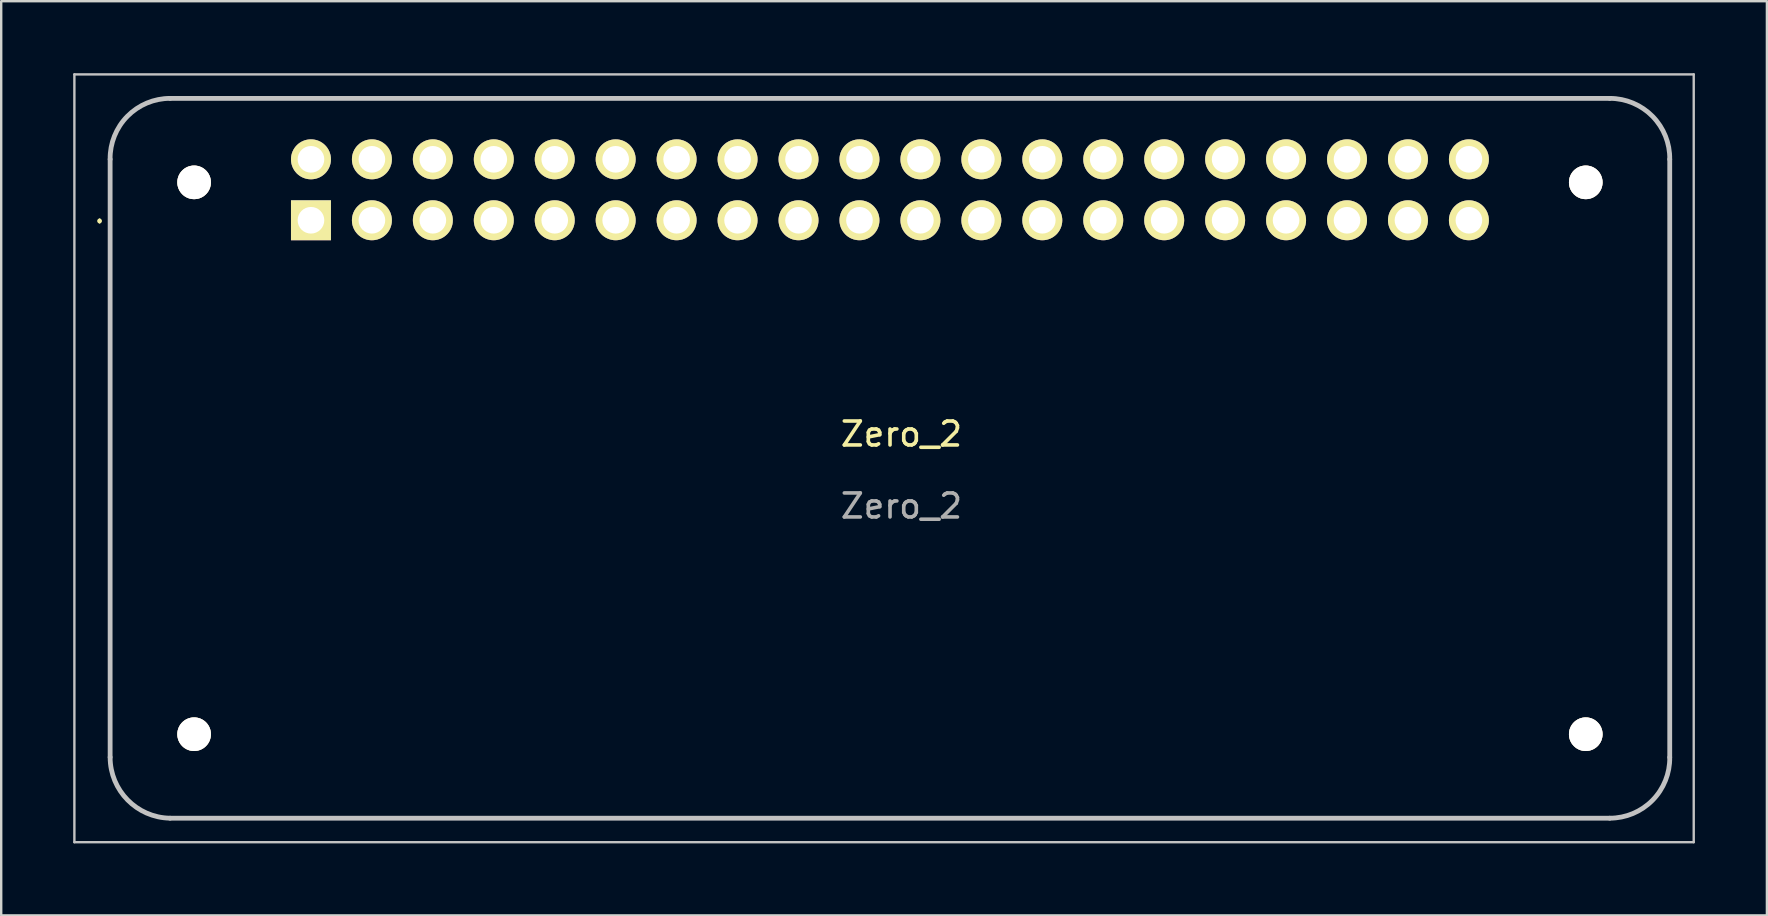
<source format=kicad_pcb>
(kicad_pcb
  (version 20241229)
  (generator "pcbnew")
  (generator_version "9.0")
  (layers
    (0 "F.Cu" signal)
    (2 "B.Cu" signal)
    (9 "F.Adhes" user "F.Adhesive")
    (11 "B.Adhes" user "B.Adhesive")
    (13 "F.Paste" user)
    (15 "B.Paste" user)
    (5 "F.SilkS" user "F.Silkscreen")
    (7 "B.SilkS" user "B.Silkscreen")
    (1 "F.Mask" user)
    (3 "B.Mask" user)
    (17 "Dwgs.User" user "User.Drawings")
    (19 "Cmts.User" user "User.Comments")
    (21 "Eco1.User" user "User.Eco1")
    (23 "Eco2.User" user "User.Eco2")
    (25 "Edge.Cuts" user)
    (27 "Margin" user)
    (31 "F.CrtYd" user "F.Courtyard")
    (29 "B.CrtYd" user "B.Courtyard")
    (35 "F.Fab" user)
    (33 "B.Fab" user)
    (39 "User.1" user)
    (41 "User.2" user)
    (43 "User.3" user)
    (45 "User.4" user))
  (footprint "Zero_2"
    (layer "F.Cu")
    (at 34.52 15.54)
    (property "Reference" "Zero_2" (at 0 -0.5 0) (unlocked yes) (layer "F.SilkS") (effects (font (size 1 1) (thickness 0.15))))
    (attr through_hole)
    (fp_line (start -33.42 -9.43) (end -33.42 -9.43) (stroke (width 0.1) (type solid)) (layer "F.SilkS"))
    (fp_line (start -33.42 -9.33) (end -33.42 -9.33) (stroke (width 0.1) (type solid)) (layer "F.SilkS"))
    (fp_line (start -32.98 -11.95) (end -32.98 12.97) (stroke (width 0.1) (type solid)) (layer "F.SilkS"))
    (fp_line (start -30.48 15.51) (end 29.52 15.51) (stroke (width 0.1) (type solid)) (layer "F.SilkS"))
    (fp_line (start 29.52 -14.49) (end -30.48 -14.49) (stroke (width 0.1) (type solid)) (layer "F.SilkS"))
    (fp_line (start 32.02 12.97) (end 32.02 -11.95) (stroke (width 0.1) (type solid)) (layer "F.SilkS"))
    (fp_arc (start -33.42 -9.43) (mid -33.37 -9.38) (end -33.42 -9.33) (stroke (width 0.1) (type solid)) (layer "F.SilkS"))
    (fp_arc (start -33.42 -9.33) (mid -33.47 -9.38) (end -33.42 -9.43) (stroke (width 0.1) (type solid)) (layer "F.SilkS"))
    (fp_arc (start -32.980061 -11.953955) (mid -32.260456 -13.744877) (end -30.48 -14.49) (stroke (width 0.1) (type solid)) (layer "F.SilkS"))
    (fp_arc (start -30.484015 15.509933) (mid -32.251564 14.750534) (end -32.98 12.97) (stroke (width 0.1) (type solid)) (layer "F.SilkS"))
    (fp_arc (start 29.524015 -14.489933) (mid 31.291564 -13.730534) (end 32.02 -11.95) (stroke (width 0.1) (type solid)) (layer "F.SilkS"))
    (fp_arc (start 32.020061 12.973955) (mid 31.300456 14.764877) (end 29.52 15.51) (stroke (width 0.1) (type solid)) (layer "F.SilkS"))
    (fp_line (start -34.47 -15.49) (end 33.02 -15.49) (stroke (width 0.1) (type solid)) (layer "Dwgs.User"))
    (fp_line (start -34.47 16.51) (end -34.47 -15.49) (stroke (width 0.1) (type solid)) (layer "Dwgs.User"))
    (fp_line (start -32.98 -11.95) (end -32.98 12.97) (stroke (width 0.2) (type solid)) (layer "Dwgs.User"))
    (fp_line (start -30.48 15.51) (end 29.52 15.51) (stroke (width 0.2) (type solid)) (layer "Dwgs.User"))
    (fp_line (start 29.52 -14.49) (end -30.48 -14.49) (stroke (width 0.2) (type solid)) (layer "Dwgs.User"))
    (fp_line (start 32.02 12.97) (end 32.02 -11.95) (stroke (width 0.2) (type solid)) (layer "Dwgs.User"))
    (fp_line (start 33.02 -15.49) (end 33.02 16.51) (stroke (width 0.1) (type solid)) (layer "Dwgs.User"))
    (fp_line (start 33.02 16.51) (end -34.47 16.51) (stroke (width 0.1) (type solid)) (layer "Dwgs.User"))
    (fp_arc (start -32.980061 -11.953955) (mid -32.260456 -13.744877) (end -30.48 -14.49) (stroke (width 0.2) (type solid)) (layer "Dwgs.User"))
    (fp_arc (start -30.484015 15.509933) (mid -32.251564 14.750534) (end -32.98 12.97) (stroke (width 0.2) (type solid)) (layer "Dwgs.User"))
    (fp_arc (start 29.523955 -14.489995) (mid 31.303229 -13.742057) (end 32.02 -11.95) (stroke (width 0.2) (type solid)) (layer "Dwgs.User"))
    (fp_arc (start 32.020061 12.973955) (mid 31.300456 14.764877) (end 29.52 15.51) (stroke (width 0.2) (type solid)) (layer "Dwgs.User"))
    (fp_text user "${REFERENCE}" (at 0 2.5 0) (unlocked yes) (layer "F.Fab") (effects (font (size 1 1) (thickness 0.15))))
    (pad "1" thru_hole rect (at -24.61 -9.41 90) (size 1.665 1.665) (drill 1.11) (layers "*.Cu" "*.Mask" "F.SilkS"))
    (pad "2" thru_hole circle (at -24.61 -11.95 90) (size 1.665 1.665) (drill 1.11) (layers "*.Cu" "*.Mask" "F.SilkS"))
    (pad "3" thru_hole circle (at -22.07 -9.41 90) (size 1.665 1.665) (drill 1.11) (layers "*.Cu" "*.Mask" "F.SilkS"))
    (pad "4" thru_hole circle (at -22.07 -11.95 90) (size 1.665 1.665) (drill 1.11) (layers "*.Cu" "*.Mask" "F.SilkS"))
    (pad "5" thru_hole circle (at -19.53 -9.41 90) (size 1.665 1.665) (drill 1.11) (layers "*.Cu" "*.Mask" "F.SilkS"))
    (pad "6" thru_hole circle (at -19.53 -11.95 90) (size 1.665 1.665) (drill 1.11) (layers "*.Cu" "*.Mask" "F.SilkS"))
    (pad "7" thru_hole circle (at -16.99 -9.41 90) (size 1.665 1.665) (drill 1.11) (layers "*.Cu" "*.Mask" "F.SilkS"))
    (pad "8" thru_hole circle (at -16.99 -11.95 90) (size 1.665 1.665) (drill 1.11) (layers "*.Cu" "*.Mask" "F.SilkS"))
    (pad "9" thru_hole circle (at -14.45 -9.41 90) (size 1.665 1.665) (drill 1.11) (layers "*.Cu" "*.Mask" "F.SilkS"))
    (pad "10" thru_hole circle (at -14.45 -11.95 90) (size 1.665 1.665) (drill 1.11) (layers "*.Cu" "*.Mask" "F.SilkS"))
    (pad "11" thru_hole circle (at -11.91 -9.41 90) (size 1.665 1.665) (drill 1.11) (layers "*.Cu" "*.Mask" "F.SilkS"))
    (pad "12" thru_hole circle (at -11.91 -11.95 90) (size 1.665 1.665) (drill 1.11) (layers "*.Cu" "*.Mask" "F.SilkS"))
    (pad "13" thru_hole circle (at -9.37 -9.41 90) (size 1.665 1.665) (drill 1.11) (layers "*.Cu" "*.Mask" "F.SilkS"))
    (pad "14" thru_hole circle (at -9.37 -11.95 90) (size 1.665 1.665) (drill 1.11) (layers "*.Cu" "*.Mask" "F.SilkS"))
    (pad "15" thru_hole circle (at -6.83 -9.41 90) (size 1.665 1.665) (drill 1.11) (layers "*.Cu" "*.Mask" "F.SilkS"))
    (pad "16" thru_hole circle (at -6.83 -11.95 90) (size 1.665 1.665) (drill 1.11) (layers "*.Cu" "*.Mask" "F.SilkS"))
    (pad "17" thru_hole circle (at -4.29 -9.41 90) (size 1.665 1.665) (drill 1.11) (layers "*.Cu" "*.Mask" "F.SilkS"))
    (pad "18" thru_hole circle (at -4.29 -11.95 90) (size 1.665 1.665) (drill 1.11) (layers "*.Cu" "*.Mask" "F.SilkS"))
    (pad "19" thru_hole circle (at -1.75 -9.41 90) (size 1.665 1.665) (drill 1.11) (layers "*.Cu" "*.Mask" "F.SilkS"))
    (pad "20" thru_hole circle (at -1.75 -11.95 90) (size 1.665 1.665) (drill 1.11) (layers "*.Cu" "*.Mask" "F.SilkS"))
    (pad "21" thru_hole circle (at 0.79 -9.41 90) (size 1.665 1.665) (drill 1.11) (layers "*.Cu" "*.Mask" "F.SilkS"))
    (pad "22" thru_hole circle (at 0.79 -11.95 90) (size 1.665 1.665) (drill 1.11) (layers "*.Cu" "*.Mask" "F.SilkS"))
    (pad "23" thru_hole circle (at 3.33 -9.41 90) (size 1.665 1.665) (drill 1.11) (layers "*.Cu" "*.Mask" "F.SilkS"))
    (pad "24" thru_hole circle (at 3.33 -11.95 90) (size 1.665 1.665) (drill 1.11) (layers "*.Cu" "*.Mask" "F.SilkS"))
    (pad "25" thru_hole circle (at 5.87 -9.41 90) (size 1.665 1.665) (drill 1.11) (layers "*.Cu" "*.Mask" "F.SilkS"))
    (pad "26" thru_hole circle (at 5.87 -11.95 90) (size 1.665 1.665) (drill 1.11) (layers "*.Cu" "*.Mask" "F.SilkS"))
    (pad "27" thru_hole circle (at 8.41 -9.41 90) (size 1.665 1.665) (drill 1.11) (layers "*.Cu" "*.Mask" "F.SilkS"))
    (pad "28" thru_hole circle (at 8.41 -11.95 90) (size 1.665 1.665) (drill 1.11) (layers "*.Cu" "*.Mask" "F.SilkS"))
    (pad "29" thru_hole circle (at 10.95 -9.41 90) (size 1.665 1.665) (drill 1.11) (layers "*.Cu" "*.Mask" "F.SilkS"))
    (pad "30" thru_hole circle (at 10.95 -11.95 90) (size 1.665 1.665) (drill 1.11) (layers "*.Cu" "*.Mask" "F.SilkS"))
    (pad "31" thru_hole circle (at 13.49 -9.41 90) (size 1.665 1.665) (drill 1.11) (layers "*.Cu" "*.Mask" "F.SilkS"))
    (pad "32" thru_hole circle (at 13.49 -11.95 90) (size 1.665 1.665) (drill 1.11) (layers "*.Cu" "*.Mask" "F.SilkS"))
    (pad "33" thru_hole circle (at 16.03 -9.41 90) (size 1.665 1.665) (drill 1.11) (layers "*.Cu" "*.Mask" "F.SilkS"))
    (pad "34" thru_hole circle (at 16.03 -11.95 90) (size 1.665 1.665) (drill 1.11) (layers "*.Cu" "*.Mask" "F.SilkS"))
    (pad "35" thru_hole circle (at 18.57 -9.41 90) (size 1.665 1.665) (drill 1.11) (layers "*.Cu" "*.Mask" "F.SilkS"))
    (pad "36" thru_hole circle (at 18.57 -11.95 90) (size 1.665 1.665) (drill 1.11) (layers "*.Cu" "*.Mask" "F.SilkS"))
    (pad "37" thru_hole circle (at 21.11 -9.41 90) (size 1.665 1.665) (drill 1.11) (layers "*.Cu" "*.Mask" "F.SilkS"))
    (pad "38" thru_hole circle (at 21.11 -11.95 90) (size 1.665 1.665) (drill 1.11) (layers "*.Cu" "*.Mask" "F.SilkS"))
    (pad "39" thru_hole circle (at 23.65 -9.41 90) (size 1.665 1.665) (drill 1.11) (layers "*.Cu" "*.Mask" "F.SilkS"))
    (pad "40" thru_hole circle (at 23.65 -11.95 90) (size 1.665 1.665) (drill 1.11) (layers "*.Cu" "*.Mask" "F.SilkS"))
    (pad "MH1" thru_hole circle (at -29.48 -10.99 90) (size 1.4 1.4) (drill 2.8) (layers "*.Cu" "*.Mask" "F.SilkS"))
    (pad "MH2" thru_hole circle (at -29.48 12.01 90) (size 1.4 1.4) (drill 2.8) (layers "*.Cu" "*.Mask" "F.SilkS"))
    (pad "MH3" thru_hole circle (at 28.52 12.01 90) (size 1.4 1.4) (drill 2.8) (layers "*.Cu" "*.Mask" "F.SilkS"))
    (pad "MH4" thru_hole circle (at 28.52 -10.99 90) (size 1.4 1.4) (drill 2.8) (layers "*.Cu" "*.Mask" "F.SilkS")))
  (gr_rect
    (start -3 -3)
    (end 70.59 35.1)
    (stroke (width 0.1) (type default))
    (fill no)
    (layer "Edge.Cuts")))
</source>
